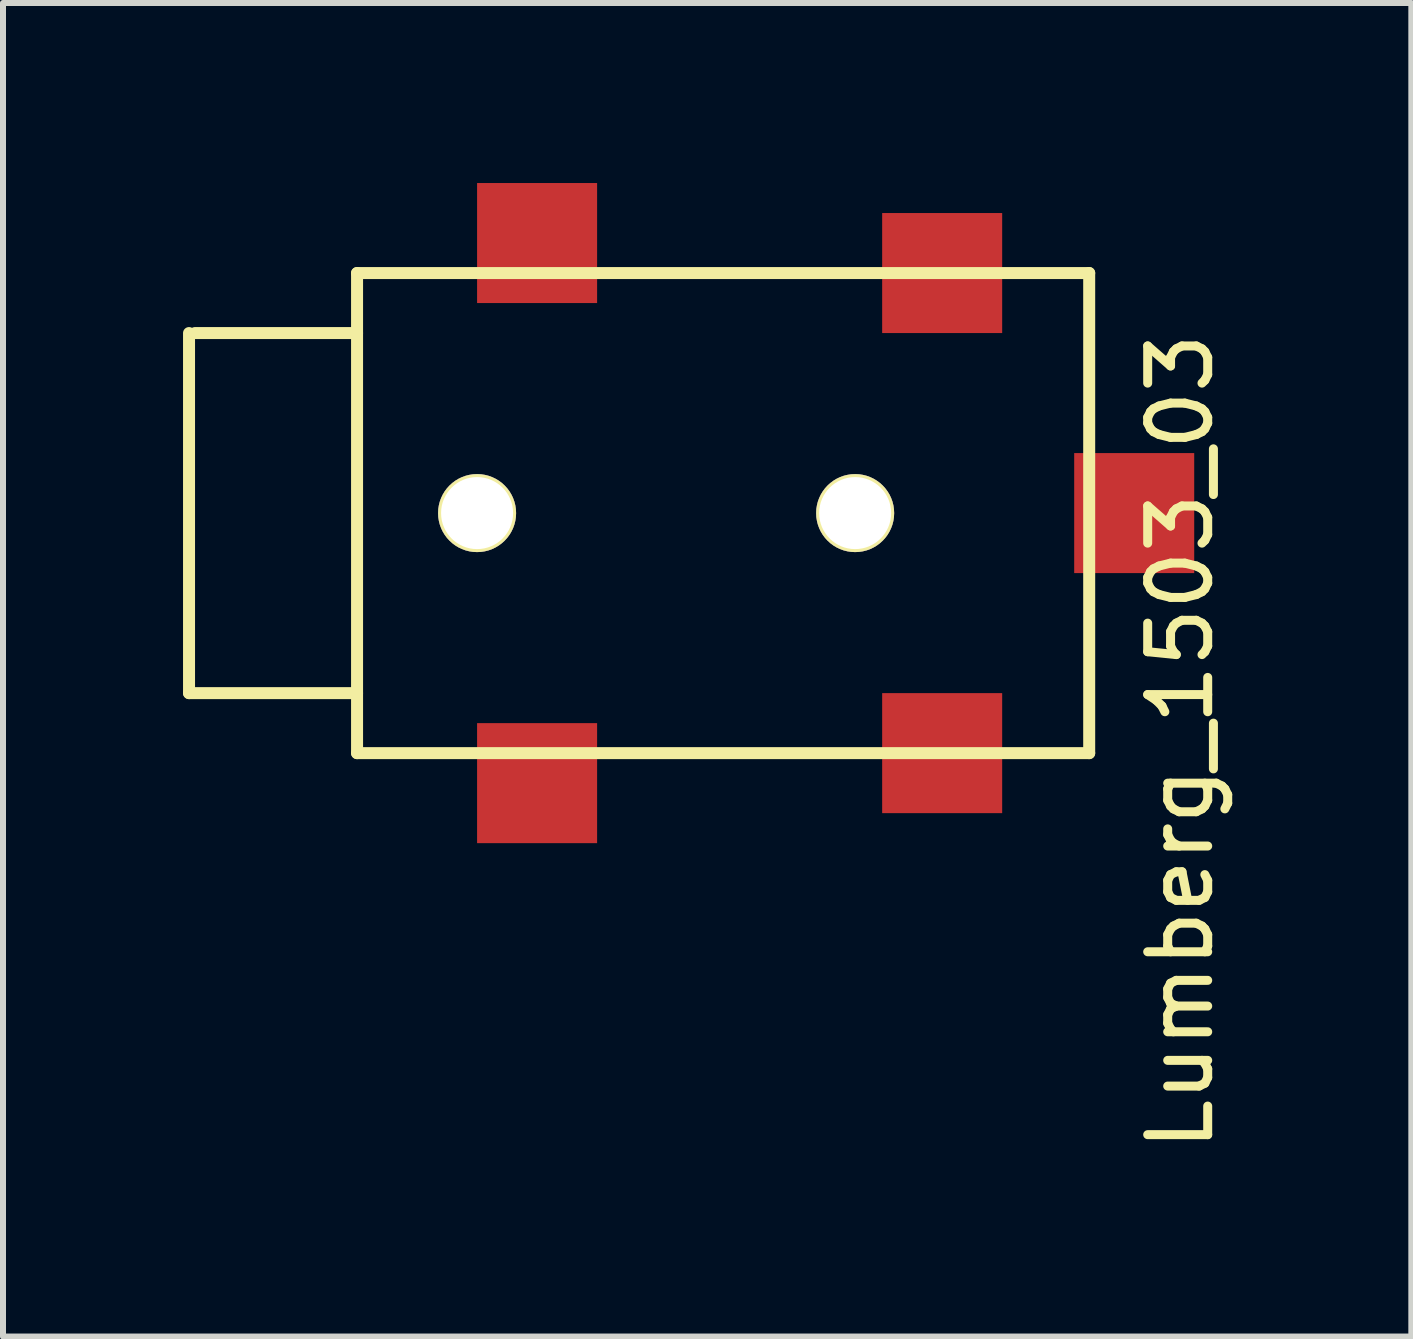
<source format=kicad_pcb>
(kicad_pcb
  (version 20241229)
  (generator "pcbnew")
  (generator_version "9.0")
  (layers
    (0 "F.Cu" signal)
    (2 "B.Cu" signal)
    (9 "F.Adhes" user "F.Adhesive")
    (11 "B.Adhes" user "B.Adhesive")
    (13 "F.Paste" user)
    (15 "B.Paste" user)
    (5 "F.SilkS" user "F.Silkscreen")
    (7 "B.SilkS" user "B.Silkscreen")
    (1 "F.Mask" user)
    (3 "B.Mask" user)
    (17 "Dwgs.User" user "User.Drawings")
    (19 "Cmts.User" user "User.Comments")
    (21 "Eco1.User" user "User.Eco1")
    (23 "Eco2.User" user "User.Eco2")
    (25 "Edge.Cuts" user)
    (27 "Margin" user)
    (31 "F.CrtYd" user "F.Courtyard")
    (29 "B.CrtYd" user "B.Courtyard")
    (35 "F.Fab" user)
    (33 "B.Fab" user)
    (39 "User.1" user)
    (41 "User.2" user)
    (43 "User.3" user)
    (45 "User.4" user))
  (footprint "Lumberg_1503_03"
    (layer "F.Cu")
    (at 9 5.5)
    (property "Reference" "Lumberg_1503_03" (at 7.62 3.81 90) (layer "F.SilkS") (effects (font (size 1 1) (thickness 0.15))))
    (attr through_hole)
    (fp_line (start -8.9 -3) (end -8.9 3) (stroke (width 0.2) (type solid)) (layer "F.SilkS"))
    (fp_line (start -8.9 3) (end -6.1 3) (stroke (width 0.2) (type solid)) (layer "F.SilkS"))
    (fp_line (start -6.1 -4) (end -6.1 4) (stroke (width 0.2) (type solid)) (layer "F.SilkS"))
    (fp_line (start -6.1 -4) (end 6.1 -4) (stroke (width 0.2) (type solid)) (layer "F.SilkS"))
    (fp_line (start -6.1 -3) (end -8.8 -3) (stroke (width 0.2) (type solid)) (layer "F.SilkS"))
    (fp_line (start -6.1 4) (end 6.1 4) (stroke (width 0.2) (type solid)) (layer "F.SilkS"))
    (fp_line (start 6.1 4) (end 6.1 -4) (stroke (width 0.2) (type solid)) (layer "F.SilkS"))
    (pad "" np_thru_hole circle (at -4.1 0) (size 1.3 1.3) (drill 1.2) (layers "*.Cu" "*.Mask" "F.SilkS"))
    (pad "" smd rect (at -3.1 -5) (size 2 2) (drill (offset 0 0.5)) (layers "F.Cu" "F.Mask" "F.Paste"))
    (pad "" smd rect (at -3.1 5) (size 2 2) (drill (offset 0 -0.5)) (layers "F.Cu" "F.Mask" "F.Paste"))
    (pad "" np_thru_hole circle (at 2.2 0) (size 1.3 1.3) (drill 1.2) (layers "*.Cu" "*.Mask" "F.SilkS"))
    (pad "1" smd rect (at 3.65 4) (size 2 2) (layers "F.Cu" "F.Mask" "F.Paste"))
    (pad "2" smd rect (at 6.1 0) (size 2 2) (drill (offset 0.75 0)) (layers "F.Cu" "F.Mask" "F.Paste"))
    (pad "3" smd rect (at 3.65 -4) (size 2 2) (layers "F.Cu" "F.Mask" "F.Paste")))
  (gr_rect
    (start -3 -3)
    (end 20.468 19.221)
    (stroke (width 0.1) (type default))
    (fill no)
    (layer "Edge.Cuts")))
</source>
